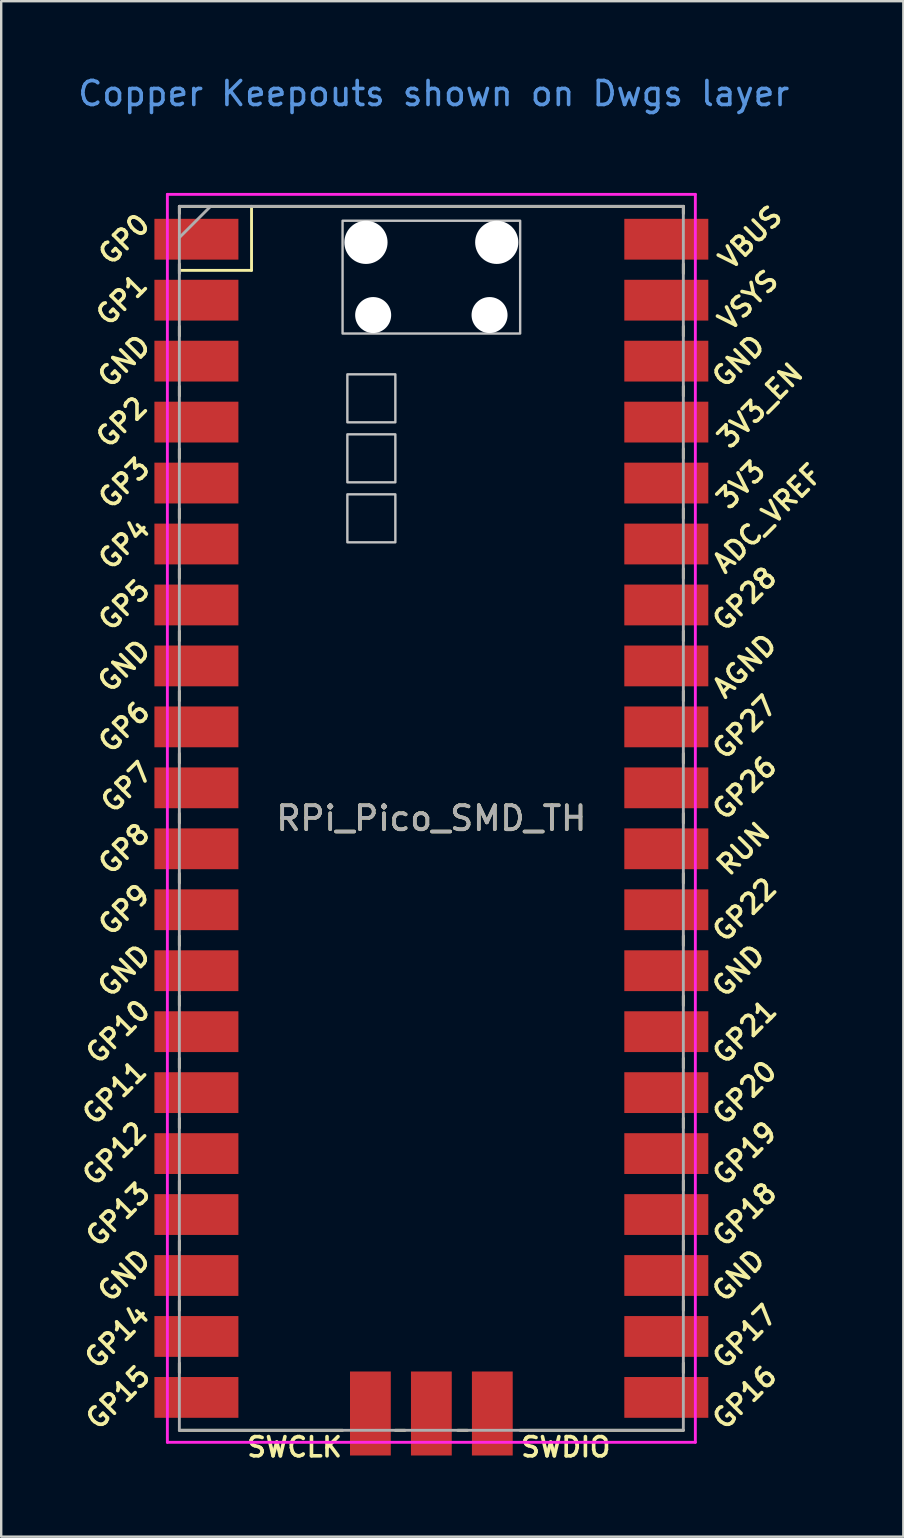
<source format=kicad_pcb>
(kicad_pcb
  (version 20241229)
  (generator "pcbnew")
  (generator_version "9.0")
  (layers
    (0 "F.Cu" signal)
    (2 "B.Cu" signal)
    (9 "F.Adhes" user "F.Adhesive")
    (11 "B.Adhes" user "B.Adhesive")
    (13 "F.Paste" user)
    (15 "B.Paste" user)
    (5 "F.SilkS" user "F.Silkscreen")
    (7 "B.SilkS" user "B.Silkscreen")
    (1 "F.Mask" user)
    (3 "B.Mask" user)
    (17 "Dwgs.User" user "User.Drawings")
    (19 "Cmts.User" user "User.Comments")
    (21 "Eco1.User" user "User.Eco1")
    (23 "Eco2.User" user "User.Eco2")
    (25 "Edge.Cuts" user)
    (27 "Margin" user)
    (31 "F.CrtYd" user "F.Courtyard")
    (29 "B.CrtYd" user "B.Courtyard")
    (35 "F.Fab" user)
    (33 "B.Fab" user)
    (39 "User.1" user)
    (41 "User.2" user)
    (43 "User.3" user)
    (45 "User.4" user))
  (footprint "RPi_Pico_SMD_TH"
    (layer "F.Cu")
    (at 14.924 31.048)
    (property "Reference" "RPi_Pico_SMD_TH" (at 0 0 0) (layer "F.SilkS") (effects (font (size 1 1) (thickness 0.15))))
    (attr through_hole)
    (fp_line (start -10.5 -25.5) (end -10.5 -25.2) (stroke (width 0.12) (type solid)) (layer "F.SilkS"))
    (fp_line (start -10.5 -25.5) (end 10.5 -25.5) (stroke (width 0.12) (type solid)) (layer "F.SilkS"))
    (fp_line (start -10.5 -23.1) (end -10.5 -22.7) (stroke (width 0.12) (type solid)) (layer "F.SilkS"))
    (fp_line (start -10.5 -22.833) (end -7.493 -22.833) (stroke (width 0.12) (type solid)) (layer "F.SilkS"))
    (fp_line (start -10.5 -20.5) (end -10.5 -20.1) (stroke (width 0.12) (type solid)) (layer "F.SilkS"))
    (fp_line (start -10.5 -18) (end -10.5 -17.6) (stroke (width 0.12) (type solid)) (layer "F.SilkS"))
    (fp_line (start -10.5 -15.4) (end -10.5 -15) (stroke (width 0.12) (type solid)) (layer "F.SilkS"))
    (fp_line (start -10.5 -12.9) (end -10.5 -12.5) (stroke (width 0.12) (type solid)) (layer "F.SilkS"))
    (fp_line (start -10.5 -10.4) (end -10.5 -10) (stroke (width 0.12) (type solid)) (layer "F.SilkS"))
    (fp_line (start -10.5 -7.8) (end -10.5 -7.4) (stroke (width 0.12) (type solid)) (layer "F.SilkS"))
    (fp_line (start -10.5 -5.3) (end -10.5 -4.9) (stroke (width 0.12) (type solid)) (layer "F.SilkS"))
    (fp_line (start -10.5 -2.7) (end -10.5 -2.3) (stroke (width 0.12) (type solid)) (layer "F.SilkS"))
    (fp_line (start -10.5 -0.2) (end -10.5 0.2) (stroke (width 0.12) (type solid)) (layer "F.SilkS"))
    (fp_line (start -10.5 2.3) (end -10.5 2.7) (stroke (width 0.12) (type solid)) (layer "F.SilkS"))
    (fp_line (start -10.5 4.9) (end -10.5 5.3) (stroke (width 0.12) (type solid)) (layer "F.SilkS"))
    (fp_line (start -10.5 7.4) (end -10.5 7.8) (stroke (width 0.12) (type solid)) (layer "F.SilkS"))
    (fp_line (start -10.5 10) (end -10.5 10.4) (stroke (width 0.12) (type solid)) (layer "F.SilkS"))
    (fp_line (start -10.5 12.5) (end -10.5 12.9) (stroke (width 0.12) (type solid)) (layer "F.SilkS"))
    (fp_line (start -10.5 15.1) (end -10.5 15.5) (stroke (width 0.12) (type solid)) (layer "F.SilkS"))
    (fp_line (start -10.5 17.6) (end -10.5 18) (stroke (width 0.12) (type solid)) (layer "F.SilkS"))
    (fp_line (start -10.5 20.1) (end -10.5 20.5) (stroke (width 0.12) (type solid)) (layer "F.SilkS"))
    (fp_line (start -10.5 22.7) (end -10.5 23.1) (stroke (width 0.12) (type solid)) (layer "F.SilkS"))
    (fp_line (start -7.493 -22.833) (end -7.493 -25.5) (stroke (width 0.12) (type solid)) (layer "F.SilkS"))
    (fp_line (start -3.7 25.5) (end -10.5 25.5) (stroke (width 0.12) (type solid)) (layer "F.SilkS"))
    (fp_line (start -1.5 25.5) (end -1.1 25.5) (stroke (width 0.12) (type solid)) (layer "F.SilkS"))
    (fp_line (start 1.1 25.5) (end 1.5 25.5) (stroke (width 0.12) (type solid)) (layer "F.SilkS"))
    (fp_line (start 10.5 -25.5) (end 10.5 -25.2) (stroke (width 0.12) (type solid)) (layer "F.SilkS"))
    (fp_line (start 10.5 -23.1) (end 10.5 -22.7) (stroke (width 0.12) (type solid)) (layer "F.SilkS"))
    (fp_line (start 10.5 -20.5) (end 10.5 -20.1) (stroke (width 0.12) (type solid)) (layer "F.SilkS"))
    (fp_line (start 10.5 -18) (end 10.5 -17.6) (stroke (width 0.12) (type solid)) (layer "F.SilkS"))
    (fp_line (start 10.5 -15.4) (end 10.5 -15) (stroke (width 0.12) (type solid)) (layer "F.SilkS"))
    (fp_line (start 10.5 -12.9) (end 10.5 -12.5) (stroke (width 0.12) (type solid)) (layer "F.SilkS"))
    (fp_line (start 10.5 -10.4) (end 10.5 -10) (stroke (width 0.12) (type solid)) (layer "F.SilkS"))
    (fp_line (start 10.5 -7.8) (end 10.5 -7.4) (stroke (width 0.12) (type solid)) (layer "F.SilkS"))
    (fp_line (start 10.5 -5.3) (end 10.5 -4.9) (stroke (width 0.12) (type solid)) (layer "F.SilkS"))
    (fp_line (start 10.5 -2.7) (end 10.5 -2.3) (stroke (width 0.12) (type solid)) (layer "F.SilkS"))
    (fp_line (start 10.5 -0.2) (end 10.5 0.2) (stroke (width 0.12) (type solid)) (layer "F.SilkS"))
    (fp_line (start 10.5 2.3) (end 10.5 2.7) (stroke (width 0.12) (type solid)) (layer "F.SilkS"))
    (fp_line (start 10.5 4.9) (end 10.5 5.3) (stroke (width 0.12) (type solid)) (layer "F.SilkS"))
    (fp_line (start 10.5 7.4) (end 10.5 7.8) (stroke (width 0.12) (type solid)) (layer "F.SilkS"))
    (fp_line (start 10.5 10) (end 10.5 10.4) (stroke (width 0.12) (type solid)) (layer "F.SilkS"))
    (fp_line (start 10.5 12.5) (end 10.5 12.9) (stroke (width 0.12) (type solid)) (layer "F.SilkS"))
    (fp_line (start 10.5 15.1) (end 10.5 15.5) (stroke (width 0.12) (type solid)) (layer "F.SilkS"))
    (fp_line (start 10.5 17.6) (end 10.5 18) (stroke (width 0.12) (type solid)) (layer "F.SilkS"))
    (fp_line (start 10.5 20.1) (end 10.5 20.5) (stroke (width 0.12) (type solid)) (layer "F.SilkS"))
    (fp_line (start 10.5 22.7) (end 10.5 23.1) (stroke (width 0.12) (type solid)) (layer "F.SilkS"))
    (fp_line (start 10.5 25.5) (end 3.7 25.5) (stroke (width 0.12) (type solid)) (layer "F.SilkS"))
    (fp_poly (pts (xy -1.5 -16.5) (xy -3.5 -16.5) (xy -3.5 -18.5) (xy -1.5 -18.5)) (stroke (width 0.1) (type solid)) (fill no) (layer "Dwgs.User"))
    (fp_poly (pts (xy -1.5 -14) (xy -3.5 -14) (xy -3.5 -16) (xy -1.5 -16)) (stroke (width 0.1) (type solid)) (fill no) (layer "Dwgs.User"))
    (fp_poly (pts (xy -1.5 -11.5) (xy -3.5 -11.5) (xy -3.5 -13.5) (xy -1.5 -13.5)) (stroke (width 0.1) (type solid)) (fill no) (layer "Dwgs.User"))
    (fp_poly (pts (xy 3.7 -20.2) (xy -3.7 -20.2) (xy -3.7 -24.9) (xy 3.7 -24.9)) (stroke (width 0.1) (type solid)) (fill no) (layer "Dwgs.User"))
    (fp_line (start -11 -26) (end 11 -26) (stroke (width 0.12) (type solid)) (layer "F.CrtYd"))
    (fp_line (start -11 26) (end -11 -26) (stroke (width 0.12) (type solid)) (layer "F.CrtYd"))
    (fp_line (start 11 -26) (end 11 26) (stroke (width 0.12) (type solid)) (layer "F.CrtYd"))
    (fp_line (start 11 26) (end -11 26) (stroke (width 0.12) (type solid)) (layer "F.CrtYd"))
    (fp_line (start -10.5 -25.5) (end 10.5 -25.5) (stroke (width 0.12) (type solid)) (layer "F.Fab"))
    (fp_line (start -10.5 -24.2) (end -9.2 -25.5) (stroke (width 0.12) (type solid)) (layer "F.Fab"))
    (fp_line (start -10.5 25.5) (end -10.5 -25.5) (stroke (width 0.12) (type solid)) (layer "F.Fab"))
    (fp_line (start 10.5 -25.5) (end 10.5 25.5) (stroke (width 0.12) (type solid)) (layer "F.Fab"))
    (fp_line (start 10.5 25.5) (end -10.5 25.5) (stroke (width 0.12) (type solid)) (layer "F.Fab"))
    (fp_text user "GND" (at -12.8 -6.35 45) (layer "F.SilkS") (effects (font (size 0.8 0.8) (thickness 0.15))))
    (fp_text user "3V3" (at 12.9 -13.9 45) (layer "F.SilkS") (effects (font (size 0.8 0.8) (thickness 0.15))))
    (fp_text user "ADC_VREF" (at 14 -12.5 45) (layer "F.SilkS") (effects (font (size 0.8 0.8) (thickness 0.15))))
    (fp_text user "GND" (at -12.8 19.05 45) (layer "F.SilkS") (effects (font (size 0.8 0.8) (thickness 0.15))))
    (fp_text user "GP20" (at 13.054 11.43 45) (layer "F.SilkS") (effects (font (size 0.8 0.8) (thickness 0.15))))
    (fp_text user "AGND" (at 13.054 -6.35 45) (layer "F.SilkS") (effects (font (size 0.8 0.8) (thickness 0.15))))
    (fp_text user "GP5" (at -12.8 -8.89 45) (layer "F.SilkS") (effects (font (size 0.8 0.8) (thickness 0.15))))
    (fp_text user "GND" (at -12.8 6.35 45) (layer "F.SilkS") (effects (font (size 0.8 0.8) (thickness 0.15))))
    (fp_text user "GND" (at 12.8 19.05 45) (layer "F.SilkS") (effects (font (size 0.8 0.8) (thickness 0.15))))
    (fp_text user "GP28" (at 13.054 -9.144 45) (layer "F.SilkS") (effects (font (size 0.8 0.8) (thickness 0.15))))
    (fp_text user "SWDIO" (at 5.6 26.2 0) (layer "F.SilkS") (effects (font (size 0.8 0.8) (thickness 0.15))))
    (fp_text user "GND" (at 12.8 6.35 45) (layer "F.SilkS") (effects (font (size 0.8 0.8) (thickness 0.15))))
    (fp_text user "GP16" (at 13.054 24.13 45) (layer "F.SilkS") (effects (font (size 0.8 0.8) (thickness 0.15))))
    (fp_text user "GP15" (at -13.054 24.13 45) (layer "F.SilkS") (effects (font (size 0.8 0.8) (thickness 0.15))))
    (fp_text user "SWCLK" (at -5.7 26.2 0) (layer "F.SilkS") (effects (font (size 0.8 0.8) (thickness 0.15))))
    (fp_text user "GP3" (at -12.8 -13.97 45) (layer "F.SilkS") (effects (font (size 0.8 0.8) (thickness 0.15))))
    (fp_text user "GP22" (at 13.054 3.81 45) (layer "F.SilkS") (effects (font (size 0.8 0.8) (thickness 0.15))))
    (fp_text user "GND" (at 12.8 -19.05 45) (layer "F.SilkS") (effects (font (size 0.8 0.8) (thickness 0.15))))
    (fp_text user "GND" (at -12.8 -19.05 45) (layer "F.SilkS") (effects (font (size 0.8 0.8) (thickness 0.15))))
    (fp_text user "GP19" (at 13.054 13.97 45) (layer "F.SilkS") (effects (font (size 0.8 0.8) (thickness 0.15))))
    (fp_text user "GP13" (at -13.054 16.51 45) (layer "F.SilkS") (effects (font (size 0.8 0.8) (thickness 0.15))))
    (fp_text user "GP2" (at -12.9 -16.51 45) (layer "F.SilkS") (effects (font (size 0.8 0.8) (thickness 0.15))))
    (fp_text user "VSYS" (at 13.2 -21.59 45) (layer "F.SilkS") (effects (font (size 0.8 0.8) (thickness 0.15))))
    (fp_text user "GP14" (at -13.1 21.59 45) (layer "F.SilkS") (effects (font (size 0.8 0.8) (thickness 0.15))))
    (fp_text user "GP10" (at -13.054 8.89 45) (layer "F.SilkS") (effects (font (size 0.8 0.8) (thickness 0.15))))
    (fp_text user "GP18" (at 13.054 16.51 45) (layer "F.SilkS") (effects (font (size 0.8 0.8) (thickness 0.15))))
    (fp_text user "RUN" (at 13 1.27 45) (layer "F.SilkS") (effects (font (size 0.8 0.8) (thickness 0.15))))
    (fp_text user "GP9" (at -12.8 3.81 45) (layer "F.SilkS") (effects (font (size 0.8 0.8) (thickness 0.15))))
    (fp_text user "GP8" (at -12.8 1.27 45) (layer "F.SilkS") (effects (font (size 0.8 0.8) (thickness 0.15))))
    (fp_text user "GP12" (at -13.2 13.97 45) (layer "F.SilkS") (effects (font (size 0.8 0.8) (thickness 0.15))))
    (fp_text user "3V3_EN" (at 13.7 -17.2 45) (layer "F.SilkS") (effects (font (size 0.8 0.8) (thickness 0.15))))
    (fp_text user "GP27" (at 13.054 -3.8 45) (layer "F.SilkS") (effects (font (size 0.8 0.8) (thickness 0.15))))
    (fp_text user "GP7" (at -12.7 -1.3 45) (layer "F.SilkS") (effects (font (size 0.8 0.8) (thickness 0.15))))
    (fp_text user "VBUS" (at 13.3 -24.2 45) (layer "F.SilkS") (effects (font (size 0.8 0.8) (thickness 0.15))))
    (fp_text user "GP0" (at -12.8 -24.13 45) (layer "F.SilkS") (effects (font (size 0.8 0.8) (thickness 0.15))))
    (fp_text user "GP6" (at -12.8 -3.81 45) (layer "F.SilkS") (effects (font (size 0.8 0.8) (thickness 0.15))))
    (fp_text user "GP21" (at 13.054 8.9 45) (layer "F.SilkS") (effects (font (size 0.8 0.8) (thickness 0.15))))
    (fp_text user "GP11" (at -13.2 11.43 45) (layer "F.SilkS") (effects (font (size 0.8 0.8) (thickness 0.15))))
    (fp_text user "GP1" (at -12.9 -21.6 45) (layer "F.SilkS") (effects (font (size 0.8 0.8) (thickness 0.15))))
    (fp_text user "GP4" (at -12.8 -11.43 45) (layer "F.SilkS") (effects (font (size 0.8 0.8) (thickness 0.15))))
    (fp_text user "GP17" (at 13.054 21.59 45) (layer "F.SilkS") (effects (font (size 0.8 0.8) (thickness 0.15))))
    (fp_text user "GP26" (at 13.054 -1.27 45) (layer "F.SilkS") (effects (font (size 0.8 0.8) (thickness 0.15))))
    (fp_text user "Copper Keepouts shown on Dwgs layer" (at 0.1 -30.2 0) (layer "Cmts.User") (effects (font (size 1 1) (thickness 0.15))))
    (fp_text user "${REFERENCE}" (at 0 0 180) (layer "F.Fab") (effects (font (size 1 1) (thickness 0.15))))
    (pad "" np_thru_hole oval (at -2.725 -24) (size 1.8 1.8) (drill 1.8) (layers "*.Cu" "*.Mask"))
    (pad "" np_thru_hole oval (at -2.425 -20.97) (size 1.5 1.5) (drill 1.5) (layers "*.Cu" "*.Mask"))
    (pad "" np_thru_hole oval (at 2.425 -20.97) (size 1.5 1.5) (drill 1.5) (layers "*.Cu" "*.Mask"))
    (pad "" np_thru_hole oval (at 2.725 -24) (size 1.8 1.8) (drill 1.8) (layers "*.Cu" "*.Mask"))
    (pad "1" smd rect (at -8.89 -24.13) (size 3.5 1.7) (drill (offset -0.9 0)) (layers "F.Cu" "F.Mask"))
    (pad "2" smd rect (at -8.89 -21.59) (size 3.5 1.7) (drill (offset -0.9 0)) (layers "F.Cu" "F.Mask"))
    (pad "3" smd rect (at -8.89 -19.05) (size 3.5 1.7) (drill (offset -0.9 0)) (layers "F.Cu" "F.Mask"))
    (pad "4" smd rect (at -8.89 -16.51) (size 3.5 1.7) (drill (offset -0.9 0)) (layers "F.Cu" "F.Mask"))
    (pad "5" smd rect (at -8.89 -13.97) (size 3.5 1.7) (drill (offset -0.9 0)) (layers "F.Cu" "F.Mask"))
    (pad "6" smd rect (at -8.89 -11.43) (size 3.5 1.7) (drill (offset -0.9 0)) (layers "F.Cu" "F.Mask"))
    (pad "7" smd rect (at -8.89 -8.89) (size 3.5 1.7) (drill (offset -0.9 0)) (layers "F.Cu" "F.Mask"))
    (pad "8" smd rect (at -8.89 -6.35) (size 3.5 1.7) (drill (offset -0.9 0)) (layers "F.Cu" "F.Mask"))
    (pad "9" smd rect (at -8.89 -3.81) (size 3.5 1.7) (drill (offset -0.9 0)) (layers "F.Cu" "F.Mask"))
    (pad "10" smd rect (at -8.89 -1.27) (size 3.5 1.7) (drill (offset -0.9 0)) (layers "F.Cu" "F.Mask"))
    (pad "11" smd rect (at -8.89 1.27) (size 3.5 1.7) (drill (offset -0.9 0)) (layers "F.Cu" "F.Mask"))
    (pad "12" smd rect (at -8.89 3.81) (size 3.5 1.7) (drill (offset -0.9 0)) (layers "F.Cu" "F.Mask"))
    (pad "13" smd rect (at -8.89 6.35) (size 3.5 1.7) (drill (offset -0.9 0)) (layers "F.Cu" "F.Mask"))
    (pad "14" smd rect (at -8.89 8.89) (size 3.5 1.7) (drill (offset -0.9 0)) (layers "F.Cu" "F.Mask"))
    (pad "15" smd rect (at -8.89 11.43) (size 3.5 1.7) (drill (offset -0.9 0)) (layers "F.Cu" "F.Mask"))
    (pad "16" smd rect (at -8.89 13.97) (size 3.5 1.7) (drill (offset -0.9 0)) (layers "F.Cu" "F.Mask"))
    (pad "17" smd rect (at -8.89 16.51) (size 3.5 1.7) (drill (offset -0.9 0)) (layers "F.Cu" "F.Mask"))
    (pad "18" smd rect (at -8.89 19.05) (size 3.5 1.7) (drill (offset -0.9 0)) (layers "F.Cu" "F.Mask"))
    (pad "19" smd rect (at -8.89 21.59) (size 3.5 1.7) (drill (offset -0.9 0)) (layers "F.Cu" "F.Mask"))
    (pad "20" smd rect (at -8.89 24.13) (size 3.5 1.7) (drill (offset -0.9 0)) (layers "F.Cu" "F.Mask"))
    (pad "21" smd rect (at 8.89 24.13) (size 3.5 1.7) (drill (offset 0.9 0)) (layers "F.Cu" "F.Mask"))
    (pad "22" smd rect (at 8.89 21.59) (size 3.5 1.7) (drill (offset 0.9 0)) (layers "F.Cu" "F.Mask"))
    (pad "23" smd rect (at 8.89 19.05) (size 3.5 1.7) (drill (offset 0.9 0)) (layers "F.Cu" "F.Mask"))
    (pad "24" smd rect (at 8.89 16.51) (size 3.5 1.7) (drill (offset 0.9 0)) (layers "F.Cu" "F.Mask"))
    (pad "25" smd rect (at 8.89 13.97) (size 3.5 1.7) (drill (offset 0.9 0)) (layers "F.Cu" "F.Mask"))
    (pad "26" smd rect (at 8.89 11.43) (size 3.5 1.7) (drill (offset 0.9 0)) (layers "F.Cu" "F.Mask"))
    (pad "27" smd rect (at 8.89 8.89) (size 3.5 1.7) (drill (offset 0.9 0)) (layers "F.Cu" "F.Mask"))
    (pad "28" smd rect (at 8.89 6.35) (size 3.5 1.7) (drill (offset 0.9 0)) (layers "F.Cu" "F.Mask"))
    (pad "29" smd rect (at 8.89 3.81) (size 3.5 1.7) (drill (offset 0.9 0)) (layers "F.Cu" "F.Mask"))
    (pad "30" smd rect (at 8.89 1.27) (size 3.5 1.7) (drill (offset 0.9 0)) (layers "F.Cu" "F.Mask"))
    (pad "31" smd rect (at 8.89 -1.27) (size 3.5 1.7) (drill (offset 0.9 0)) (layers "F.Cu" "F.Mask"))
    (pad "32" smd rect (at 8.89 -3.81) (size 3.5 1.7) (drill (offset 0.9 0)) (layers "F.Cu" "F.Mask"))
    (pad "33" smd rect (at 8.89 -6.35) (size 3.5 1.7) (drill (offset 0.9 0)) (layers "F.Cu" "F.Mask"))
    (pad "34" smd rect (at 8.89 -8.89) (size 3.5 1.7) (drill (offset 0.9 0)) (layers "F.Cu" "F.Mask"))
    (pad "35" smd rect (at 8.89 -11.43) (size 3.5 1.7) (drill (offset 0.9 0)) (layers "F.Cu" "F.Mask"))
    (pad "36" smd rect (at 8.89 -13.97) (size 3.5 1.7) (drill (offset 0.9 0)) (layers "F.Cu" "F.Mask"))
    (pad "37" smd rect (at 8.89 -16.51) (size 3.5 1.7) (drill (offset 0.9 0)) (layers "F.Cu" "F.Mask"))
    (pad "38" smd rect (at 8.89 -19.05) (size 3.5 1.7) (drill (offset 0.9 0)) (layers "F.Cu" "F.Mask"))
    (pad "39" smd rect (at 8.89 -21.59) (size 3.5 1.7) (drill (offset 0.9 0)) (layers "F.Cu" "F.Mask"))
    (pad "40" smd rect (at 8.89 -24.13) (size 3.5 1.7) (drill (offset 0.9 0)) (layers "F.Cu" "F.Mask"))
    (pad "41" smd rect (at -2.54 23.9 90) (size 3.5 1.7) (drill (offset -0.9 0)) (layers "F.Cu" "F.Mask"))
    (pad "42" smd rect (at 0 23.9 90) (size 3.5 1.7) (drill (offset -0.9 0)) (layers "F.Cu" "F.Mask"))
    (pad "43" smd rect (at 2.54 23.9 90) (size 3.5 1.7) (drill (offset -0.9 0)) (layers "F.Cu" "F.Mask")))
  (gr_rect
    (start -3 -3)
    (end 34.591 60.98)
    (stroke (width 0.1) (type default))
    (fill no)
    (layer "Edge.Cuts")))
</source>
